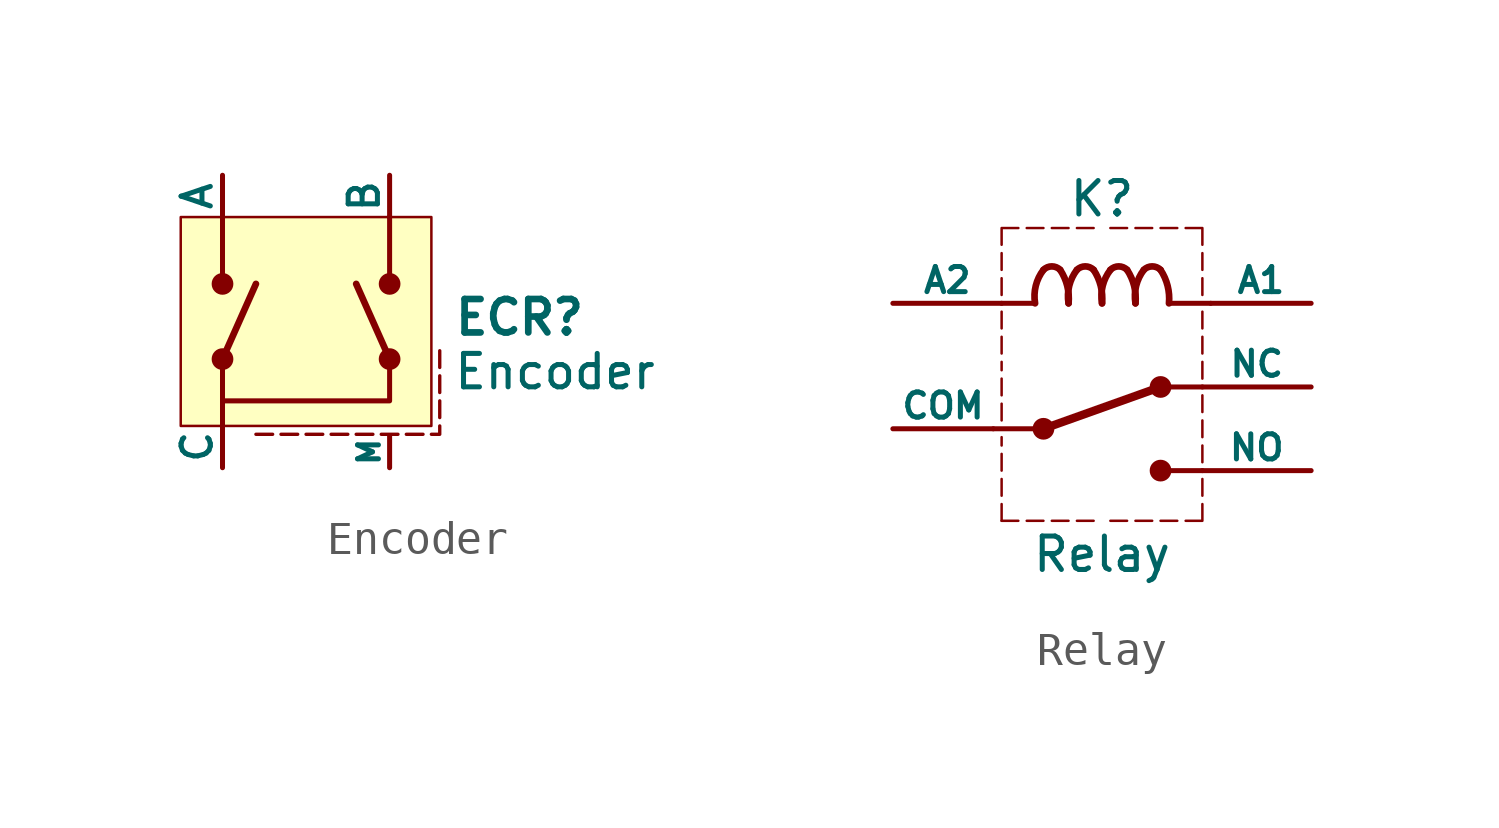
<source format=kicad_sym>
(kicad_symbol_lib
  (version 20231120)
  (generator "kicad_symbol_editor")
  (generator_version "8.0")
  (symbol "Encoder"
    (pin_numbers hide)
    (pin_names
      (offset 0))
    (property "Reference" "ECR"
      (at 4.445 0.762 0)
      (effects (font (size 1.016 1.016) (bold yes)) (justify left)))
    (property "Value" "Encoder"
      (at 4.445 -0.889 0)
      (effects (font (size 1.016 1.016)) (justify left)))
    (symbol "Encoder_0_1"
      (rectangle (start -3.81 3.81) (end 3.81 -2.54) (stroke (width 0.076) (type solid)) (fill (type background)))
      (circle (center -2.54 -0.508) (radius 0.254) (stroke (width 0) (type solid)) (fill (type outline)))
      (circle (center -2.54 1.778) (radius 0.254) (stroke (width 0) (type solid)) (fill (type outline)))
      (polyline (pts (xy -2.54 -2.54) (xy -2.54 -1.778)) (stroke (width 0) (type solid)) (fill (type none)))
      (polyline (pts (xy -2.54 -0.508) (xy -1.524 1.778)) (stroke (width 0.203) (type solid)) (fill (type none)))
      (polyline (pts (xy -2.54 3.81) (xy -2.54 1.778)) (stroke (width 0) (type solid)) (fill (type none)))
      (polyline (pts (xy -1.016 -2.794) (xy -1.524 -2.794)) (stroke (width 0.102) (type solid)) (fill (type none)))
      (polyline (pts (xy -0.762 -2.794) (xy -0.254 -2.794)) (stroke (width 0.102) (type solid)) (fill (type none)))
      (polyline (pts (xy 0.508 -2.794) (xy 0 -2.794)) (stroke (width 0.102) (type solid)) (fill (type none)))
      (polyline (pts (xy 0.762 -2.794) (xy 1.27 -2.794)) (stroke (width 0.102) (type solid)) (fill (type none)))
      (polyline (pts (xy 2.032 -2.794) (xy 1.524 -2.794)) (stroke (width 0.102) (type solid)) (fill (type none)))
      (polyline (pts (xy 2.54 -0.508) (xy 1.524 1.778)) (stroke (width 0.203) (type solid)) (fill (type none)))
      (polyline (pts (xy 2.54 3.81) (xy 2.54 1.778)) (stroke (width 0) (type solid)) (fill (type none)))
      (polyline (pts (xy 2.794 -2.794) (xy 2.286 -2.794)) (stroke (width 0.102) (type solid)) (fill (type none)))
      (polyline (pts (xy 3.048 -2.794) (xy 3.556 -2.794)) (stroke (width 0.102) (type solid)) (fill (type none)))
      (polyline (pts (xy 4.064 -2.286) (xy 4.064 -1.778)) (stroke (width 0.102) (type solid)) (fill (type none)))
      (polyline (pts (xy 4.064 -1.524) (xy 4.064 -1.016)) (stroke (width 0.102) (type solid)) (fill (type none)))
      (polyline (pts (xy 4.064 -0.762) (xy 4.064 -0.254)) (stroke (width 0.102) (type solid)) (fill (type none)))
      (polyline (pts (xy 3.81 -2.794) (xy 4.064 -2.794) (xy 4.064 -2.54)) (stroke (width 0.102) (type solid)) (fill (type none)))
      (polyline (pts (xy -2.54 -0.508) (xy -2.54 -1.524) (xy -2.54 -1.778) (xy 0 -1.778) (xy 2.54 -1.778) (xy 2.54 -0.508)) (stroke (width 0) (type solid)) (fill (type none)))
      (circle (center 2.54 -0.508) (radius 0.254) (stroke (width 0) (type solid)) (fill (type outline)))
      (circle (center 2.54 1.778) (radius 0.254) (stroke (width 0) (type solid)) (fill (type outline))))
    (symbol "Encoder_1_1"
      (pin output line (at -2.54 5.08 270) (length 1.27) (name "A" (effects (font (size 0.889 0.889)))) (number "1" (effects (font (size 0.889 0.889)))))
      (pin output line (at 2.54 5.08 270) (length 1.27) (name "B" (effects (font (size 0.889 0.889)))) (number "2" (effects (font (size 0.889 0.889)))))
      (pin power_in line (at -2.54 -3.81 90) (length 1.27) (name "C" (effects (font (size 0.889 0.889)))) (number "3" (effects (font (size 0.889 0.889)))))
      (pin power_in line (at 2.54 -3.81 90) (length 0.965) (name "M" (effects (font (size 0.635 0.635)))) (number "4" (effects (font (size 0.635 0.635)))))))
  (symbol "Relay"
    (pin_numbers hide)
    (pin_names
      (offset 0))
    (property "Reference" "K"
      (at 0 5.715 0)
      (effects (font (size 1.016 1.016))))
    (property "Value" "Relay"
      (at 0 -5.08 0)
      (effects (font (size 1.016 1.016))))
    (symbol "Relay_0_1"
      (circle (center -1.778 -1.27) (radius 0.254) (stroke (width 0) (type solid)) (fill (type outline)))
      (arc (start -1.778 3.556) (mid -2.0109 3.074) (end -2.032 2.54) (stroke (width 0.2032) (type solid)) (fill (type none)))
      (arc (start -1.27 3.556) (mid -1.524 3.6612) (end -1.778 3.556) (stroke (width 0.2032) (type solid)) (fill (type none)))
      (arc (start -1.016 2.54) (mid -1.0561 3.0689) (end -1.27 3.556) (stroke (width 0.2032) (type solid)) (fill (type none)))
      (arc (start -0.762 3.556) (mid -0.9949 3.074) (end -1.016 2.54) (stroke (width 0.2032) (type solid)) (fill (type none)))
      (arc (start -0.254 3.556) (mid -0.508 3.6612) (end -0.762 3.556) (stroke (width 0.2032) (type solid)) (fill (type none)))
      (polyline (pts (xy -3.302 -1.27) (xy -1.778 -1.27)) (stroke (width 0) (type solid)) (fill (type none)))
      (polyline (pts (xy -3.048 -4.064) (xy -3.048 -3.556)) (stroke (width 0.076) (type solid)) (fill (type none)))
      (polyline (pts (xy -3.048 -3.302) (xy -3.048 -2.794)) (stroke (width 0.076) (type solid)) (fill (type none)))
      (polyline (pts (xy -3.048 -2.54) (xy -3.048 -2.032)) (stroke (width 0.076) (type solid)) (fill (type none)))
      (polyline (pts (xy -3.048 -1.778) (xy -3.048 -1.524)) (stroke (width 0.076) (type solid)) (fill (type none)))
      (polyline (pts (xy -3.048 -0.508) (xy -3.048 -1.016)) (stroke (width 0.076) (type solid)) (fill (type none)))
      (polyline (pts (xy -3.048 -0.254) (xy -3.048 0.254)) (stroke (width 0.076) (type solid)) (fill (type none)))
      (polyline (pts (xy -3.048 0.762) (xy -3.048 0.508)) (stroke (width 0.076) (type solid)) (fill (type none)))
      (polyline (pts (xy -3.048 1.524) (xy -3.048 1.016)) (stroke (width 0.076) (type solid)) (fill (type none)))
      (polyline (pts (xy -3.048 2.286) (xy -3.048 1.778)) (stroke (width 0.076) (type solid)) (fill (type none)))
      (polyline (pts (xy -3.048 2.794) (xy -3.048 3.302)) (stroke (width 0.076) (type solid)) (fill (type none)))
      (polyline (pts (xy -3.048 3.556) (xy -3.048 4.064)) (stroke (width 0.076) (type solid)) (fill (type none)))
      (polyline (pts (xy -2.54 -4.064) (xy -3.048 -4.064)) (stroke (width 0.076) (type solid)) (fill (type none)))
      (polyline (pts (xy -2.286 4.826) (xy -1.778 4.826)) (stroke (width 0.076) (type solid)) (fill (type none)))
      (polyline (pts (xy -2.032 2.54) (xy -3.048 2.54)) (stroke (width 0) (type solid)) (fill (type none)))
      (polyline (pts (xy -1.778 -4.064) (xy -2.286 -4.064)) (stroke (width 0.076) (type solid)) (fill (type none)))
      (polyline (pts (xy -1.778 -1.27) (xy 1.778 0)) (stroke (width 0.254) (type solid)) (fill (type none)))
      (polyline (pts (xy -1.016 -4.064) (xy -1.524 -4.064)) (stroke (width 0.076) (type solid)) (fill (type none)))
      (polyline (pts (xy -1.016 4.826) (xy -1.524 4.826)) (stroke (width 0.076) (type solid)) (fill (type none)))
      (polyline (pts (xy -0.254 -4.064) (xy -0.762 -4.064)) (stroke (width 0.076) (type solid)) (fill (type none)))
      (polyline (pts (xy -0.254 4.826) (xy -0.762 4.826)) (stroke (width 0.076) (type solid)) (fill (type none)))
      (polyline (pts (xy 0.762 -4.064) (xy 0.254 -4.064)) (stroke (width 0.076) (type solid)) (fill (type none)))
      (polyline (pts (xy 0.762 4.826) (xy 0.254 4.826)) (stroke (width 0.076) (type solid)) (fill (type none)))
      (polyline (pts (xy 1.524 -4.064) (xy 1.016 -4.064)) (stroke (width 0.076) (type solid)) (fill (type none)))
      (polyline (pts (xy 1.524 4.826) (xy 1.016 4.826)) (stroke (width 0.076) (type solid)) (fill (type none)))
      (polyline (pts (xy 1.778 -2.54) (xy 3.048 -2.54)) (stroke (width 0) (type solid)) (fill (type none)))
      (polyline (pts (xy 2.286 -4.064) (xy 1.778 -4.064)) (stroke (width 0.076) (type solid)) (fill (type none)))
      (polyline (pts (xy 2.286 4.826) (xy 1.778 4.826)) (stroke (width 0.076) (type solid)) (fill (type none)))
      (polyline (pts (xy 3.048 -2.794) (xy 3.048 -3.302)) (stroke (width 0.076) (type solid)) (fill (type none)))
      (polyline (pts (xy 3.048 -2.286) (xy 3.048 -1.778)) (stroke (width 0.076) (type solid)) (fill (type none)))
      (polyline (pts (xy 3.048 -1.016) (xy 3.048 -1.524)) (stroke (width 0.076) (type solid)) (fill (type none)))
      (polyline (pts (xy 3.048 -0.254) (xy 3.048 -0.762)) (stroke (width 0.076) (type solid)) (fill (type none)))
      (polyline (pts (xy 3.048 0) (xy 1.778 0)) (stroke (width 0) (type solid)) (fill (type none)))
      (polyline (pts (xy 3.048 0.254) (xy 3.048 0.762)) (stroke (width 0.076) (type solid)) (fill (type none)))
      (polyline (pts (xy 3.048 1.524) (xy 3.048 1.016)) (stroke (width 0.076) (type solid)) (fill (type none)))
      (polyline (pts (xy 3.048 2.286) (xy 3.048 1.778)) (stroke (width 0.076) (type solid)) (fill (type none)))
      (polyline (pts (xy 3.048 3.302) (xy 3.048 2.794)) (stroke (width 0.076) (type solid)) (fill (type none)))
      (polyline (pts (xy 3.048 4.064) (xy 3.048 3.556)) (stroke (width 0.076) (type solid)) (fill (type none)))
      (polyline (pts (xy 3.302 2.54) (xy 2.032 2.54)) (stroke (width 0) (type solid)) (fill (type none)))
      (polyline (pts (xy -3.048 4.318) (xy -3.048 4.826) (xy -2.54 4.826)) (stroke (width 0.076) (type solid)) (fill (type none)))
      (polyline (pts (xy 2.54 4.826) (xy 3.048 4.826) (xy 3.048 4.318)) (stroke (width 0.076) (type solid)) (fill (type none)))
      (polyline (pts (xy 3.048 -3.556) (xy 3.048 -4.064) (xy 2.54 -4.064)) (stroke (width 0.076) (type solid)) (fill (type none)))
      (arc (start 0 2.54) (mid -0.0401 3.0689) (end -0.254 3.556) (stroke (width 0.2032) (type solid)) (fill (type none)))
      (arc (start 0.254 3.556) (mid 0.0211 3.074) (end 0 2.54) (stroke (width 0.2032) (type solid)) (fill (type none)))
      (arc (start 0.762 3.556) (mid 0.508 3.6612) (end 0.254 3.556) (stroke (width 0.2032) (type solid)) (fill (type none)))
      (arc (start 1.016 2.54) (mid 0.9759 3.0689) (end 0.762 3.556) (stroke (width 0.2032) (type solid)) (fill (type none)))
      (circle (center 1.778 -2.54) (radius 0.254) (stroke (width 0) (type solid)) (fill (type outline)))
      (circle (center 1.778 0) (radius 0.254) (stroke (width 0) (type solid)) (fill (type outline)))
      (arc (start 1.778 3.556) (mid 1.524 3.6612) (end 1.27 3.556) (stroke (width 0.2032) (type solid)) (fill (type none)))
      (arc (start 2.032 2.54) (mid 1.9919 3.0689) (end 1.778 3.556) (stroke (width 0.2032) (type solid)) (fill (type none))))
    (symbol "Relay_1_1"
      (arc (start 1.27 3.556) (mid 1.0371 3.074) (end 1.016 2.54) (stroke (width 0.2032) (type solid)) (fill (type none)))
      (pin passive line (at 6.35 2.54 180) (length 3.048) (name "A1" (effects (font (size 0.762 0.762)))) (number "1" (effects (font (size 0.762 0.762)))))
      (pin passive line (at -6.35 2.54 0) (length 3.302) (name "A2" (effects (font (size 0.762 0.762)))) (number "2" (effects (font (size 0.762 0.762)))))
      (pin passive line (at -6.35 -1.27 0) (length 3.048) (name "COM" (effects (font (size 0.762 0.762)))) (number "3" (effects (font (size 0.762 0.762)))))
      (pin passive line (at 6.35 -2.54 180) (length 3.302) (name "NO" (effects (font (size 0.762 0.762)))) (number "4" (effects (font (size 0.762 0.762)))))
      (pin passive line (at 6.35 0 180) (length 3.302) (name "NC" (effects (font (size 0.762 0.762)))) (number "5" (effects (font (size 0.762 0.762))))))))
</source>
